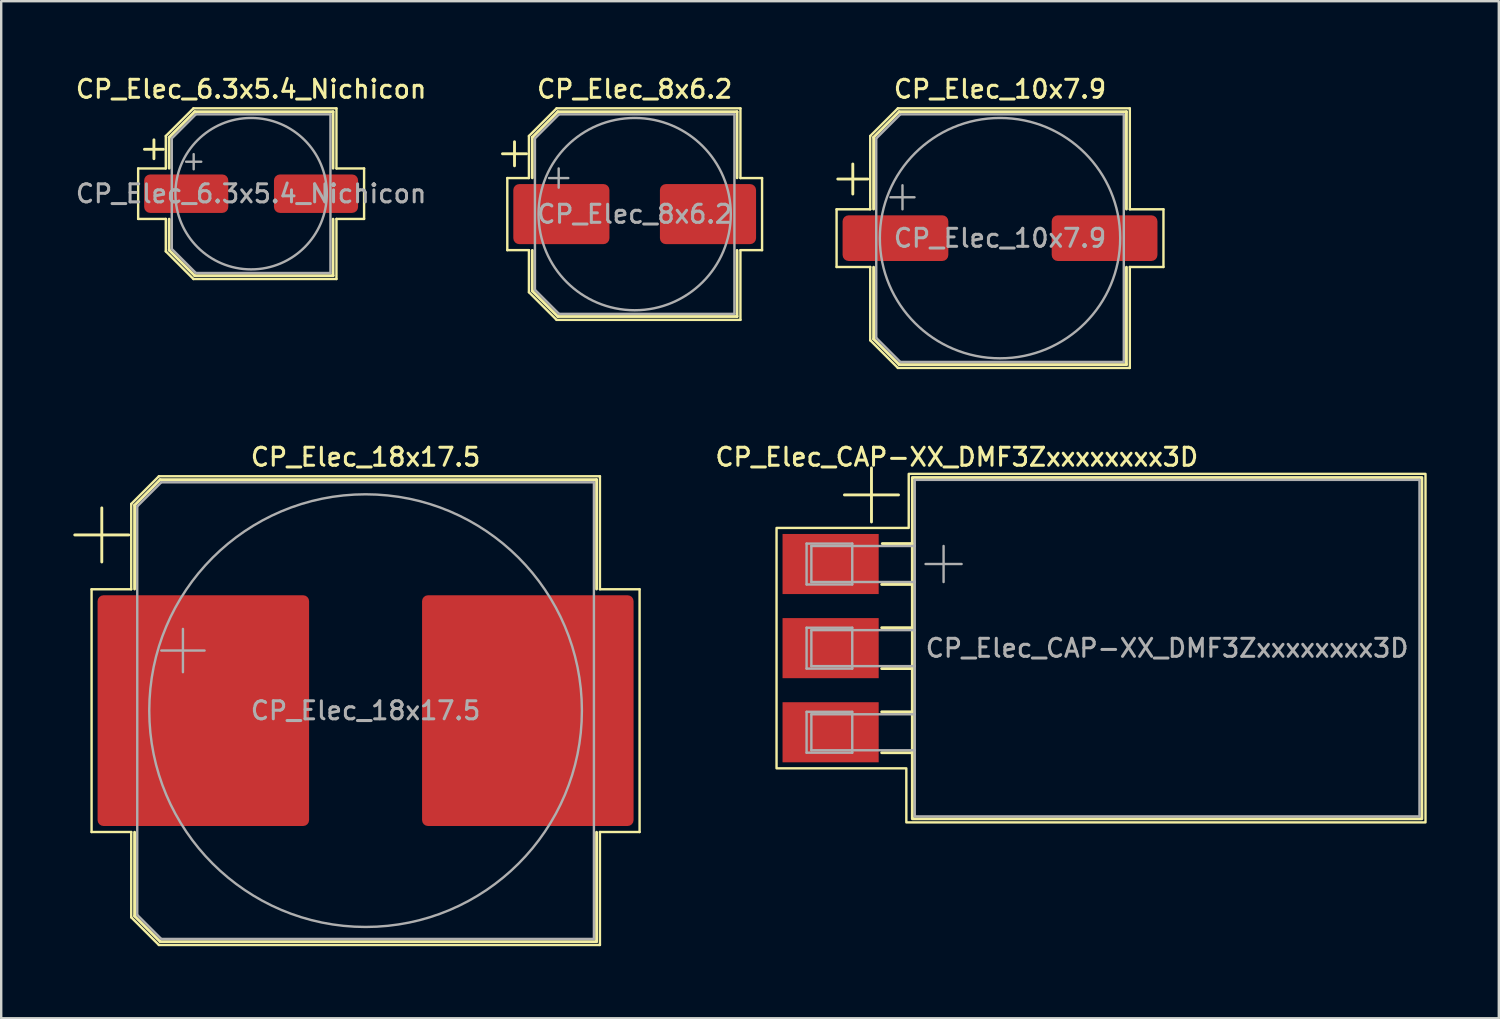
<source format=kicad_pcb>
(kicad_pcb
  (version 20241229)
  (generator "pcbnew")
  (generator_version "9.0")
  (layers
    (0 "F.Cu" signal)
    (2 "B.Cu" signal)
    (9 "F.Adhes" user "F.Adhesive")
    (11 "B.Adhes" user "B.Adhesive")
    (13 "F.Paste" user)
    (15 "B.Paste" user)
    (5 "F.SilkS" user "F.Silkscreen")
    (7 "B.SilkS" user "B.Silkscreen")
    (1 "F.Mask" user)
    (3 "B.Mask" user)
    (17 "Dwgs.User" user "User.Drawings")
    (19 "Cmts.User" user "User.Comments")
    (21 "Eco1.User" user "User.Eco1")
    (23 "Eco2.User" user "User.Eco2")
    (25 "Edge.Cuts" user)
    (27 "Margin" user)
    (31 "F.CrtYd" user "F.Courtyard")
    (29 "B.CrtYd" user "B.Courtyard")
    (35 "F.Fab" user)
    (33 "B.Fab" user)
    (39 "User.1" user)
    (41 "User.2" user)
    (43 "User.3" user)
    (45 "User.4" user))
  (footprint "CP_Elec_8x6.2"
    (layer "F.Cu")
    (at 23.356 5.858)
    (property "Reference" "CP_Elec_8x6.2" (at 0 -5.2 0) (layer "F.SilkS") (effects (font (size 0.75 0.75) (thickness 0.125))))
    (attr smd)
    (fp_line (start -5.5 -2.51) (end -4.5 -2.51) (stroke (width 0.12) (type solid)) (layer "F.SilkS"))
    (fp_line (start -5.3 -1.5) (end -5.3 1.5) (stroke (width 0.1) (type solid)) (layer "F.SilkS"))
    (fp_line (start -5.3 1.5) (end -4.4 1.5) (stroke (width 0.1) (type solid)) (layer "F.SilkS"))
    (fp_line (start -5 -3.01) (end -5 -2.01) (stroke (width 0.12) (type solid)) (layer "F.SilkS"))
    (fp_line (start -4.4 -3.25) (end -4.4 -1.5) (stroke (width 0.1) (type solid)) (layer "F.SilkS"))
    (fp_line (start -4.4 -3.25) (end -3.25 -4.4) (stroke (width 0.1) (type solid)) (layer "F.SilkS"))
    (fp_line (start -4.4 -1.5) (end -5.3 -1.5) (stroke (width 0.1) (type solid)) (layer "F.SilkS"))
    (fp_line (start -4.4 1.5) (end -4.4 3.25) (stroke (width 0.1) (type solid)) (layer "F.SilkS"))
    (fp_line (start -4.4 3.25) (end -3.25 4.4) (stroke (width 0.1) (type solid)) (layer "F.SilkS"))
    (fp_line (start -4.26 -3.196) (end -4.26 -1.51) (stroke (width 0.12) (type solid)) (layer "F.SilkS"))
    (fp_line (start -4.26 -3.196) (end -3.196 -4.26) (stroke (width 0.12) (type solid)) (layer "F.SilkS"))
    (fp_line (start -4.26 3.196) (end -4.26 1.51) (stroke (width 0.12) (type solid)) (layer "F.SilkS"))
    (fp_line (start -4.26 3.196) (end -3.196 4.26) (stroke (width 0.12) (type solid)) (layer "F.SilkS"))
    (fp_line (start -3.25 -4.4) (end 4.4 -4.4) (stroke (width 0.1) (type solid)) (layer "F.SilkS"))
    (fp_line (start -3.25 4.4) (end 4.4 4.4) (stroke (width 0.1) (type solid)) (layer "F.SilkS"))
    (fp_line (start -3.196 -4.26) (end 4.26 -4.26) (stroke (width 0.12) (type solid)) (layer "F.SilkS"))
    (fp_line (start -3.196 4.26) (end 4.26 4.26) (stroke (width 0.12) (type solid)) (layer "F.SilkS"))
    (fp_line (start 4.26 -4.26) (end 4.26 -1.51) (stroke (width 0.12) (type solid)) (layer "F.SilkS"))
    (fp_line (start 4.26 4.26) (end 4.26 1.51) (stroke (width 0.12) (type solid)) (layer "F.SilkS"))
    (fp_line (start 4.4 -4.4) (end 4.4 -1.5) (stroke (width 0.1) (type solid)) (layer "F.SilkS"))
    (fp_line (start 4.4 -1.5) (end 5.3 -1.5) (stroke (width 0.1) (type solid)) (layer "F.SilkS"))
    (fp_line (start 4.4 1.5) (end 4.4 4.4) (stroke (width 0.1) (type solid)) (layer "F.SilkS"))
    (fp_line (start 5.3 -1.5) (end 5.3 1.5) (stroke (width 0.1) (type solid)) (layer "F.SilkS"))
    (fp_line (start 5.3 1.5) (end 4.4 1.5) (stroke (width 0.1) (type solid)) (layer "F.SilkS"))
    (fp_line (start -4.15 -3.15) (end -4.15 3.15) (stroke (width 0.1) (type solid)) (layer "F.Fab"))
    (fp_line (start -4.15 -3.15) (end -3.15 -4.15) (stroke (width 0.1) (type solid)) (layer "F.Fab"))
    (fp_line (start -4.15 3.15) (end -3.15 4.15) (stroke (width 0.1) (type solid)) (layer "F.Fab"))
    (fp_line (start -3.562 -1.5) (end -2.762 -1.5) (stroke (width 0.1) (type solid)) (layer "F.Fab"))
    (fp_line (start -3.162 -1.9) (end -3.162 -1.1) (stroke (width 0.1) (type solid)) (layer "F.Fab"))
    (fp_line (start -3.15 -4.15) (end 4.15 -4.15) (stroke (width 0.1) (type solid)) (layer "F.Fab"))
    (fp_line (start -3.15 4.15) (end 4.15 4.15) (stroke (width 0.1) (type solid)) (layer "F.Fab"))
    (fp_line (start 4.15 -4.15) (end 4.15 4.15) (stroke (width 0.1) (type solid)) (layer "F.Fab"))
    (fp_circle (center 0 0) (end 4 0) (stroke (width 0.1) (type solid)) (fill no) (layer "F.Fab"))
    (fp_text user "${REFERENCE}" (at 0 0 0) (layer "F.Fab") (effects (font (size 0.75 0.75) (thickness 0.125))))
    (pad "1" smd roundrect (at -3.05 0) (size 4 2.5) (layers "F.Cu" "F.Mask" "F.Paste") (roundrect_rratio 0.1))
    (pad "2" smd roundrect (at 3.05 0) (size 4 2.5) (layers "F.Cu" "F.Mask" "F.Paste") (roundrect_rratio 0.1)))
  (footprint "CP_Elec_10x7.9"
    (layer "F.Cu")
    (at 38.556 6.858)
    (property "Reference" "CP_Elec_10x7.9" (at 0 -6.2 0) (layer "F.SilkS") (effects (font (size 0.75 0.75) (thickness 0.125))))
    (attr smd)
    (fp_line (start -6.8 -1.2) (end -6.8 1.2) (stroke (width 0.1) (type solid)) (layer "F.SilkS"))
    (fp_line (start -6.8 1.2) (end -5.4 1.2) (stroke (width 0.1) (type solid)) (layer "F.SilkS"))
    (fp_line (start -6.75 -2.46) (end -5.5 -2.46) (stroke (width 0.12) (type solid)) (layer "F.SilkS"))
    (fp_line (start -6.125 -3.085) (end -6.125 -1.835) (stroke (width 0.12) (type solid)) (layer "F.SilkS"))
    (fp_line (start -5.4 -4.25) (end -5.4 -1.2) (stroke (width 0.1) (type solid)) (layer "F.SilkS"))
    (fp_line (start -5.4 -4.25) (end -4.25 -5.4) (stroke (width 0.1) (type solid)) (layer "F.SilkS"))
    (fp_line (start -5.4 -1.2) (end -6.8 -1.2) (stroke (width 0.1) (type solid)) (layer "F.SilkS"))
    (fp_line (start -5.4 1.2) (end -5.4 4.25) (stroke (width 0.1) (type solid)) (layer "F.SilkS"))
    (fp_line (start -5.4 4.25) (end -4.25 5.4) (stroke (width 0.1) (type solid)) (layer "F.SilkS"))
    (fp_line (start -5.26 -4.196) (end -5.26 -1.21) (stroke (width 0.12) (type solid)) (layer "F.SilkS"))
    (fp_line (start -5.26 -4.196) (end -4.196 -5.26) (stroke (width 0.12) (type solid)) (layer "F.SilkS"))
    (fp_line (start -5.26 4.196) (end -5.26 1.21) (stroke (width 0.12) (type solid)) (layer "F.SilkS"))
    (fp_line (start -5.26 4.196) (end -4.196 5.26) (stroke (width 0.12) (type solid)) (layer "F.SilkS"))
    (fp_line (start -4.25 -5.4) (end 5.4 -5.4) (stroke (width 0.1) (type solid)) (layer "F.SilkS"))
    (fp_line (start -4.25 5.4) (end 5.4 5.4) (stroke (width 0.1) (type solid)) (layer "F.SilkS"))
    (fp_line (start -4.196 -5.26) (end 5.26 -5.26) (stroke (width 0.12) (type solid)) (layer "F.SilkS"))
    (fp_line (start -4.196 5.26) (end 5.26 5.26) (stroke (width 0.12) (type solid)) (layer "F.SilkS"))
    (fp_line (start 5.26 -5.26) (end 5.26 -1.21) (stroke (width 0.12) (type solid)) (layer "F.SilkS"))
    (fp_line (start 5.26 5.26) (end 5.26 1.21) (stroke (width 0.12) (type solid)) (layer "F.SilkS"))
    (fp_line (start 5.4 -5.4) (end 5.4 -1.2) (stroke (width 0.1) (type solid)) (layer "F.SilkS"))
    (fp_line (start 5.4 -1.2) (end 6.8 -1.2) (stroke (width 0.1) (type solid)) (layer "F.SilkS"))
    (fp_line (start 5.4 1.2) (end 5.4 5.4) (stroke (width 0.1) (type solid)) (layer "F.SilkS"))
    (fp_line (start 6.8 -1.2) (end 6.8 1.2) (stroke (width 0.1) (type solid)) (layer "F.SilkS"))
    (fp_line (start 6.8 1.2) (end 5.4 1.2) (stroke (width 0.1) (type solid)) (layer "F.SilkS"))
    (fp_line (start -5.15 -4.15) (end -5.15 4.15) (stroke (width 0.1) (type solid)) (layer "F.Fab"))
    (fp_line (start -5.15 -4.15) (end -4.15 -5.15) (stroke (width 0.1) (type solid)) (layer "F.Fab"))
    (fp_line (start -5.15 4.15) (end -4.15 5.15) (stroke (width 0.1) (type solid)) (layer "F.Fab"))
    (fp_line (start -4.558 -1.7) (end -3.558 -1.7) (stroke (width 0.1) (type solid)) (layer "F.Fab"))
    (fp_line (start -4.15 -5.15) (end 5.15 -5.15) (stroke (width 0.1) (type solid)) (layer "F.Fab"))
    (fp_line (start -4.15 5.15) (end 5.15 5.15) (stroke (width 0.1) (type solid)) (layer "F.Fab"))
    (fp_line (start -4.058 -2.2) (end -4.058 -1.2) (stroke (width 0.1) (type solid)) (layer "F.Fab"))
    (fp_line (start 5.15 -5.15) (end 5.15 5.15) (stroke (width 0.1) (type solid)) (layer "F.Fab"))
    (fp_circle (center 0 0) (end 5 0) (stroke (width 0.1) (type solid)) (fill no) (layer "F.Fab"))
    (fp_text user "${REFERENCE}" (at 0 0 0) (layer "F.Fab") (effects (font (size 0.75 0.75) (thickness 0.125))))
    (pad "1" smd roundrect (at -4.35 0) (size 4.4 1.9) (layers "F.Cu" "F.Mask" "F.Paste") (roundrect_rratio 0.132))
    (pad "2" smd roundrect (at 4.35 0) (size 4.4 1.9) (layers "F.Cu" "F.Mask" "F.Paste") (roundrect_rratio 0.132)))
  (footprint "CP_Elec_CAP-XX_DMF3Zxxxxxxxx3D"
    (layer "F.Cu")
    (at 45.508 23.916)
    (property "Reference" "CP_Elec_CAP-XX_DMF3Zxxxxxxxx3D" (at -8.75 -7.95 0) (layer "F.SilkS") (effects (font (size 0.75 0.75) (thickness 0.125))))
    (attr exclude_from_pos_files)
    (fp_line (start -13.425 -6.375) (end -11.175 -6.375) (stroke (width 0.12) (type solid)) (layer "F.SilkS"))
    (fp_line (start -12.3 -7.5) (end -12.3 -5.25) (stroke (width 0.12) (type solid)) (layer "F.SilkS"))
    (fp_line (start -11.875 -2.65) (end -10.625 -2.65) (stroke (width 0.12) (type solid)) (layer "F.SilkS"))
    (fp_line (start -11.875 -0.85) (end -10.625 -0.85) (stroke (width 0.12) (type solid)) (layer "F.SilkS"))
    (fp_line (start -11.875 0.85) (end -10.625 0.85) (stroke (width 0.12) (type solid)) (layer "F.SilkS"))
    (fp_line (start -11.875 2.65) (end -10.625 2.65) (stroke (width 0.12) (type solid)) (layer "F.SilkS"))
    (fp_line (start -11.875 4.35) (end -10.625 4.35) (stroke (width 0.12) (type solid)) (layer "F.SilkS"))
    (fp_line (start -11.85 -4.35) (end -10.6 -4.35) (stroke (width 0.12) (type solid)) (layer "F.SilkS"))
    (fp_rect (start -10.6 -7.1) (end 10.6 7.1) (stroke (width 0.12) (type solid)) (fill no) (layer "F.SilkS"))
    (fp_poly (pts (xy 10.75 7.25) (xy -10.85 7.25) (xy -10.85 5) (xy -16.25 5) (xy -16.25 -5) (xy -10.75 -5) (xy -10.75 -7.25) (xy 10.75 -7.25)) (stroke (width 0.1) (type solid)) (fill no) (layer "F.SilkS"))
    (fp_line (start -15 -4.35) (end -15 -2.65) (stroke (width 0.1) (type solid)) (layer "F.Fab"))
    (fp_line (start -15 -2.65) (end -13.1 -2.65) (stroke (width 0.1) (type solid)) (layer "F.Fab"))
    (fp_line (start -15 -0.85) (end -15 0.85) (stroke (width 0.1) (type solid)) (layer "F.Fab"))
    (fp_line (start -15 0.85) (end -13.1 0.85) (stroke (width 0.1) (type solid)) (layer "F.Fab"))
    (fp_line (start -15 2.65) (end -15 4.35) (stroke (width 0.1) (type solid)) (layer "F.Fab"))
    (fp_line (start -15 4.35) (end -13.1 4.35) (stroke (width 0.1) (type solid)) (layer "F.Fab"))
    (fp_line (start -14.801 -4.249) (end -14.801 -2.751) (stroke (width 0.1) (type solid)) (layer "F.Fab"))
    (fp_line (start -14.801 -2.751) (end -10.5 -2.751) (stroke (width 0.1) (type solid)) (layer "F.Fab"))
    (fp_line (start -14.801 -0.749) (end -14.801 0.749) (stroke (width 0.1) (type solid)) (layer "F.Fab"))
    (fp_line (start -14.801 0.749) (end -10.5 0.749) (stroke (width 0.1) (type solid)) (layer "F.Fab"))
    (fp_line (start -14.801 2.751) (end -14.801 4.249) (stroke (width 0.1) (type solid)) (layer "F.Fab"))
    (fp_line (start -14.801 4.249) (end -10.5 4.249) (stroke (width 0.1) (type solid)) (layer "F.Fab"))
    (fp_line (start -13.1 -4.35) (end -15 -4.35) (stroke (width 0.1) (type solid)) (layer "F.Fab"))
    (fp_line (start -13.1 -2.65) (end -13.1 -4.35) (stroke (width 0.1) (type solid)) (layer "F.Fab"))
    (fp_line (start -13.1 -0.85) (end -15 -0.85) (stroke (width 0.1) (type solid)) (layer "F.Fab"))
    (fp_line (start -13.1 0.85) (end -13.1 -0.85) (stroke (width 0.1) (type solid)) (layer "F.Fab"))
    (fp_line (start -13.1 2.65) (end -15 2.65) (stroke (width 0.1) (type solid)) (layer "F.Fab"))
    (fp_line (start -13.1 4.35) (end -13.1 2.65) (stroke (width 0.1) (type solid)) (layer "F.Fab"))
    (fp_line (start -10.5 -4.249) (end -14.801 -4.249) (stroke (width 0.1) (type solid)) (layer "F.Fab"))
    (fp_line (start -10.5 -0.749) (end -14.801 -0.749) (stroke (width 0.1) (type solid)) (layer "F.Fab"))
    (fp_line (start -10.5 2.751) (end -14.801 2.751) (stroke (width 0.1) (type solid)) (layer "F.Fab"))
    (fp_line (start -10.5 -7) (end -10.5 7) (stroke (width 0.1) (type solid)) (layer "F.Fab"))
    (fp_line (start -10.5 7) (end 10.5 7) (stroke (width 0.1) (type solid)) (layer "F.Fab"))
    (fp_line (start -10.05 -3.5) (end -8.55 -3.5) (stroke (width 0.1) (type solid)) (layer "F.Fab"))
    (fp_line (start -9.3 -4.25) (end -9.3 -2.75) (stroke (width 0.1) (type solid)) (layer "F.Fab"))
    (fp_line (start 10.5 -7) (end -10.5 -7) (stroke (width 0.1) (type solid)) (layer "F.Fab"))
    (fp_line (start 10.5 7) (end 10.5 -7) (stroke (width 0.1) (type solid)) (layer "F.Fab"))
    (fp_text user "${REFERENCE}" (at 0 0 0) (unlocked yes) (layer "F.Fab") (effects (font (size 0.75 0.75) (thickness 0.125))))
    (pad "1" smd rect (at -14 -3.5 180) (size 4 2.5) (layers "F.Cu" "F.Mask"))
    (pad "2" smd rect (at -14 0 180) (size 4 2.5) (layers "F.Cu" "F.Mask"))
    (pad "3" smd rect (at -14 3.5 180) (size 4 2.5) (layers "F.Cu" "F.Mask")))
  (footprint "CP_Elec_18x17.5"
    (layer "F.Cu")
    (at 12.16 26.516)
    (property "Reference" "CP_Elec_18x17.5" (at 0 -10.55 0) (layer "F.SilkS") (effects (font (size 0.75 0.75) (thickness 0.125))))
    (attr smd)
    (fp_line (start -12.1 -7.31) (end -9.85 -7.31) (stroke (width 0.12) (type solid)) (layer "F.SilkS"))
    (fp_line (start -11.4 -5.05) (end -11.4 5.05) (stroke (width 0.1) (type solid)) (layer "F.SilkS"))
    (fp_line (start -11.4 5.05) (end -9.75 5.05) (stroke (width 0.1) (type solid)) (layer "F.SilkS"))
    (fp_line (start -10.975 -8.435) (end -10.975 -6.185) (stroke (width 0.12) (type solid)) (layer "F.SilkS"))
    (fp_line (start -9.75 -8.6) (end -9.75 -5.05) (stroke (width 0.1) (type solid)) (layer "F.SilkS"))
    (fp_line (start -9.75 -8.6) (end -8.6 -9.75) (stroke (width 0.1) (type solid)) (layer "F.SilkS"))
    (fp_line (start -9.75 -5.05) (end -11.4 -5.05) (stroke (width 0.1) (type solid)) (layer "F.SilkS"))
    (fp_line (start -9.75 5.05) (end -9.75 8.6) (stroke (width 0.1) (type solid)) (layer "F.SilkS"))
    (fp_line (start -9.75 8.6) (end -8.6 9.75) (stroke (width 0.1) (type solid)) (layer "F.SilkS"))
    (fp_line (start -9.61 -8.546) (end -9.61 -5.06) (stroke (width 0.12) (type solid)) (layer "F.SilkS"))
    (fp_line (start -9.61 -8.546) (end -8.546 -9.61) (stroke (width 0.12) (type solid)) (layer "F.SilkS"))
    (fp_line (start -9.61 8.546) (end -9.61 5.06) (stroke (width 0.12) (type solid)) (layer "F.SilkS"))
    (fp_line (start -9.61 8.546) (end -8.546 9.61) (stroke (width 0.12) (type solid)) (layer "F.SilkS"))
    (fp_line (start -8.6 -9.75) (end 9.75 -9.75) (stroke (width 0.1) (type solid)) (layer "F.SilkS"))
    (fp_line (start -8.6 9.75) (end 9.75 9.75) (stroke (width 0.1) (type solid)) (layer "F.SilkS"))
    (fp_line (start -8.546 -9.61) (end 9.61 -9.61) (stroke (width 0.12) (type solid)) (layer "F.SilkS"))
    (fp_line (start -8.546 9.61) (end 9.61 9.61) (stroke (width 0.12) (type solid)) (layer "F.SilkS"))
    (fp_line (start 9.61 -9.61) (end 9.61 -5.06) (stroke (width 0.12) (type solid)) (layer "F.SilkS"))
    (fp_line (start 9.61 9.61) (end 9.61 5.06) (stroke (width 0.12) (type solid)) (layer "F.SilkS"))
    (fp_line (start 9.75 -9.75) (end 9.75 -5.05) (stroke (width 0.1) (type solid)) (layer "F.SilkS"))
    (fp_line (start 9.75 -5.05) (end 11.4 -5.05) (stroke (width 0.1) (type solid)) (layer "F.SilkS"))
    (fp_line (start 9.75 5.05) (end 9.75 9.75) (stroke (width 0.1) (type solid)) (layer "F.SilkS"))
    (fp_line (start 11.4 -5.05) (end 11.4 5.05) (stroke (width 0.1) (type solid)) (layer "F.SilkS"))
    (fp_line (start 11.4 5.05) (end 9.75 5.05) (stroke (width 0.1) (type solid)) (layer "F.SilkS"))
    (fp_line (start -9.5 -8.5) (end -9.5 8.5) (stroke (width 0.1) (type solid)) (layer "F.Fab"))
    (fp_line (start -9.5 -8.5) (end -8.5 -9.5) (stroke (width 0.1) (type solid)) (layer "F.Fab"))
    (fp_line (start -9.5 8.5) (end -8.5 9.5) (stroke (width 0.1) (type solid)) (layer "F.Fab"))
    (fp_line (start -8.5 -9.5) (end 9.5 -9.5) (stroke (width 0.1) (type solid)) (layer "F.Fab"))
    (fp_line (start -8.5 9.5) (end 9.5 9.5) (stroke (width 0.1) (type solid)) (layer "F.Fab"))
    (fp_line (start -8.499 -2.5) (end -6.699 -2.5) (stroke (width 0.1) (type solid)) (layer "F.Fab"))
    (fp_line (start -7.599 -3.4) (end -7.599 -1.6) (stroke (width 0.1) (type solid)) (layer "F.Fab"))
    (fp_line (start 9.5 -9.5) (end 9.5 9.5) (stroke (width 0.1) (type solid)) (layer "F.Fab"))
    (fp_circle (center 0 0) (end 9 0) (stroke (width 0.1) (type solid)) (fill no) (layer "F.Fab"))
    (fp_text user "${REFERENCE}" (at 0 0 0) (layer "F.Fab") (effects (font (size 0.75 0.75) (thickness 0.125))))
    (pad "1" smd roundrect (at -6.75 0) (size 8.8 9.6) (layers "F.Cu" "F.Mask" "F.Paste") (roundrect_rratio 0.028))
    (pad "2" smd roundrect (at 6.75 0) (size 8.8 9.6) (layers "F.Cu" "F.Mask" "F.Paste") (roundrect_rratio 0.028)))
  (footprint "CP_Elec_6.3x5.4_Nichicon"
    (layer "F.Cu")
    (at 7.398 5.008)
    (property "Reference" "CP_Elec_6.3x5.4_Nichicon" (at 0 -4.35 0) (layer "F.SilkS") (effects (font (size 0.75 0.75) (thickness 0.125))))
    (attr smd)
    (fp_line (start -4.7 -1.05) (end -4.7 1.05) (stroke (width 0.1) (type solid)) (layer "F.SilkS"))
    (fp_line (start -4.7 1.05) (end -3.55 1.05) (stroke (width 0.1) (type solid)) (layer "F.SilkS"))
    (fp_line (start -4.438 -1.847) (end -3.65 -1.847) (stroke (width 0.12) (type solid)) (layer "F.SilkS"))
    (fp_line (start -4.044 -2.241) (end -4.044 -1.454) (stroke (width 0.12) (type solid)) (layer "F.SilkS"))
    (fp_line (start -3.55 -2.4) (end -3.55 -1.05) (stroke (width 0.1) (type solid)) (layer "F.SilkS"))
    (fp_line (start -3.55 -2.4) (end -2.4 -3.55) (stroke (width 0.1) (type solid)) (layer "F.SilkS"))
    (fp_line (start -3.55 -1.05) (end -4.7 -1.05) (stroke (width 0.1) (type solid)) (layer "F.SilkS"))
    (fp_line (start -3.55 1.05) (end -3.55 2.4) (stroke (width 0.1) (type solid)) (layer "F.SilkS"))
    (fp_line (start -3.55 2.4) (end -2.4 3.55) (stroke (width 0.1) (type solid)) (layer "F.SilkS"))
    (fp_line (start -3.41 -2.346) (end -3.41 -1.06) (stroke (width 0.12) (type solid)) (layer "F.SilkS"))
    (fp_line (start -3.41 -2.346) (end -2.346 -3.41) (stroke (width 0.12) (type solid)) (layer "F.SilkS"))
    (fp_line (start -3.41 2.346) (end -3.41 1.06) (stroke (width 0.12) (type solid)) (layer "F.SilkS"))
    (fp_line (start -3.41 2.346) (end -2.346 3.41) (stroke (width 0.12) (type solid)) (layer "F.SilkS"))
    (fp_line (start -2.4 -3.55) (end 3.55 -3.55) (stroke (width 0.1) (type solid)) (layer "F.SilkS"))
    (fp_line (start -2.4 3.55) (end 3.55 3.55) (stroke (width 0.1) (type solid)) (layer "F.SilkS"))
    (fp_line (start -2.346 -3.41) (end 3.41 -3.41) (stroke (width 0.12) (type solid)) (layer "F.SilkS"))
    (fp_line (start -2.346 3.41) (end 3.41 3.41) (stroke (width 0.12) (type solid)) (layer "F.SilkS"))
    (fp_line (start 3.41 -3.41) (end 3.41 -1.06) (stroke (width 0.12) (type solid)) (layer "F.SilkS"))
    (fp_line (start 3.41 3.41) (end 3.41 1.06) (stroke (width 0.12) (type solid)) (layer "F.SilkS"))
    (fp_line (start 3.55 -3.55) (end 3.55 -1.05) (stroke (width 0.1) (type solid)) (layer "F.SilkS"))
    (fp_line (start 3.55 -1.05) (end 4.7 -1.05) (stroke (width 0.1) (type solid)) (layer "F.SilkS"))
    (fp_line (start 3.55 1.05) (end 3.55 3.55) (stroke (width 0.1) (type solid)) (layer "F.SilkS"))
    (fp_line (start 4.7 -1.05) (end 4.7 1.05) (stroke (width 0.1) (type solid)) (layer "F.SilkS"))
    (fp_line (start 4.7 1.05) (end 3.55 1.05) (stroke (width 0.1) (type solid)) (layer "F.SilkS"))
    (fp_line (start -3.3 -2.3) (end -3.3 2.3) (stroke (width 0.1) (type solid)) (layer "F.Fab"))
    (fp_line (start -3.3 -2.3) (end -2.3 -3.3) (stroke (width 0.1) (type solid)) (layer "F.Fab"))
    (fp_line (start -3.3 2.3) (end -2.3 3.3) (stroke (width 0.1) (type solid)) (layer "F.Fab"))
    (fp_line (start -2.705 -1.33) (end -2.075 -1.33) (stroke (width 0.1) (type solid)) (layer "F.Fab"))
    (fp_line (start -2.39 -1.645) (end -2.39 -1.015) (stroke (width 0.1) (type solid)) (layer "F.Fab"))
    (fp_line (start -2.3 -3.3) (end 3.3 -3.3) (stroke (width 0.1) (type solid)) (layer "F.Fab"))
    (fp_line (start -2.3 3.3) (end 3.3 3.3) (stroke (width 0.1) (type solid)) (layer "F.Fab"))
    (fp_line (start 3.3 -3.3) (end 3.3 3.3) (stroke (width 0.1) (type solid)) (layer "F.Fab"))
    (fp_circle (center 0 0) (end 3.15 0) (stroke (width 0.1) (type solid)) (fill no) (layer "F.Fab"))
    (fp_text user "${REFERENCE}" (at 0 0 0) (layer "F.Fab") (effects (font (size 0.75 0.75) (thickness 0.125))))
    (pad "1" smd roundrect (at -2.7 0) (size 3.5 1.6) (layers "F.Cu" "F.Mask" "F.Paste") (roundrect_rratio 0.156))
    (pad "2" smd roundrect (at 2.7 0) (size 3.5 1.6) (layers "F.Cu" "F.Mask" "F.Paste") (roundrect_rratio 0.156)))
  (gr_rect
    (start -3 -3)
    (end 59.308 39.316)
    (stroke (width 0.1) (type default))
    (fill no)
    (layer "Edge.Cuts")))
</source>
